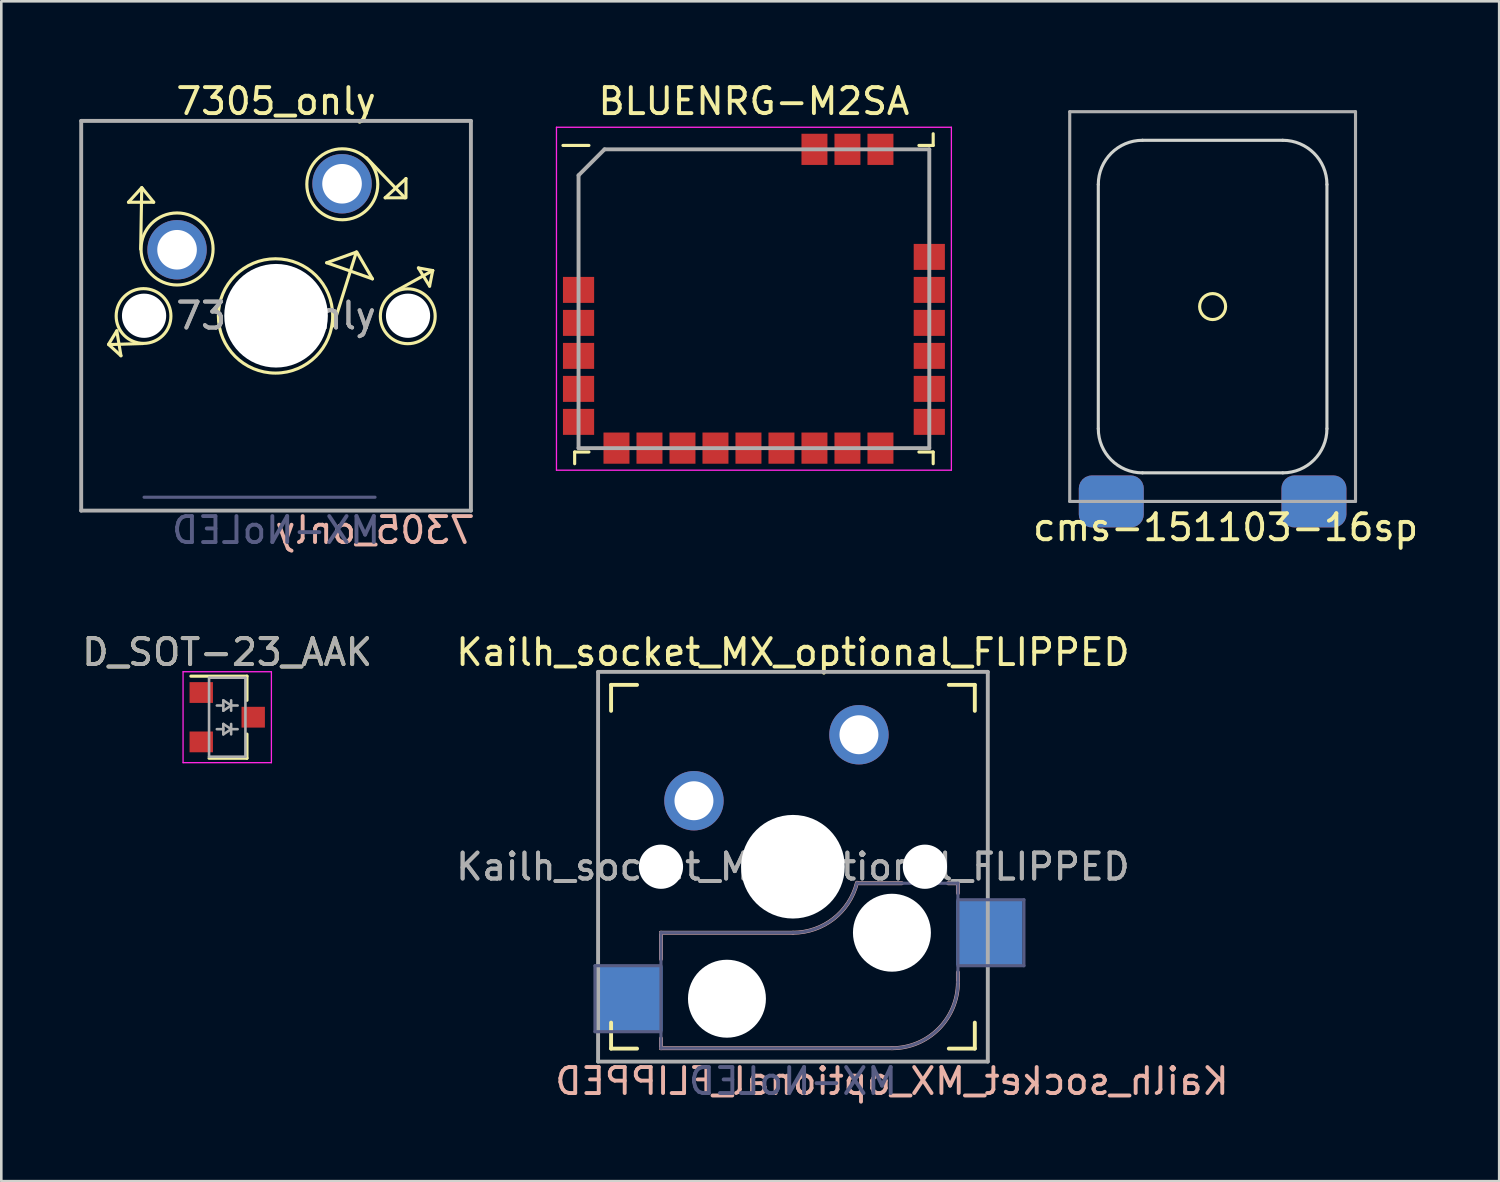
<source format=kicad_pcb>
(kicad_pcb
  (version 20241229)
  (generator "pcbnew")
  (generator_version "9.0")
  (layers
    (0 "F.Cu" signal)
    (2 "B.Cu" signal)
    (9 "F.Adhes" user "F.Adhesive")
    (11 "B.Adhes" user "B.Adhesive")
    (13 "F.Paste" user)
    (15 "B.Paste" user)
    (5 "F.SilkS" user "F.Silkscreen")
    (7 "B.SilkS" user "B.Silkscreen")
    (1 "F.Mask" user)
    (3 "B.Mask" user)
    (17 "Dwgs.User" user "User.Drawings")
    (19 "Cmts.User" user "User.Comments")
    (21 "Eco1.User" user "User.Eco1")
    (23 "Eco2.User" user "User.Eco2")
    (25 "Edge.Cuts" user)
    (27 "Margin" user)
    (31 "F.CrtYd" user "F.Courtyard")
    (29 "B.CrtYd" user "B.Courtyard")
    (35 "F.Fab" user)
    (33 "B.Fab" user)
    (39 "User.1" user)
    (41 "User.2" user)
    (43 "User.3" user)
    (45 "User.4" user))
  (footprint "BLUENRG-M2SA"
    (layer "F.Cu")
    (at 25.968 8.448)
    (property "Reference" "BLUENRG-M2SA" (at 0 -7.6 0) (layer "F.SilkS") (effects (font (size 1 1) (thickness 0.15))))
    (attr smd)
    (fp_line (start -6.9 5.9) (end -6.9 6.35) (stroke (width 0.12) (type solid)) (layer "F.SilkS"))
    (fp_line (start -6.35 -5.9) (end -7.35 -5.9) (stroke (width 0.12) (type solid)) (layer "F.SilkS"))
    (fp_line (start -6.35 5.9) (end -6.9 5.9) (stroke (width 0.12) (type solid)) (layer "F.SilkS"))
    (fp_line (start 6.35 -5.9) (end 6.9 -5.9) (stroke (width 0.12) (type solid)) (layer "F.SilkS"))
    (fp_line (start 6.35 5.9) (end 6.9 5.9) (stroke (width 0.12) (type solid)) (layer "F.SilkS"))
    (fp_line (start 6.9 -5.9) (end 6.9 -6.35) (stroke (width 0.12) (type solid)) (layer "F.SilkS"))
    (fp_line (start 6.9 5.9) (end 6.9 6.35) (stroke (width 0.12) (type solid)) (layer "F.SilkS"))
    (fp_line (start -7.6 -6.6) (end 7.6 -6.6) (stroke (width 0.05) (type solid)) (layer "F.CrtYd"))
    (fp_line (start -7.6 6.6) (end -7.6 -6.6) (stroke (width 0.05) (type solid)) (layer "F.CrtYd"))
    (fp_line (start 7.6 -6.6) (end 7.6 6.6) (stroke (width 0.05) (type solid)) (layer "F.CrtYd"))
    (fp_line (start 7.6 6.6) (end -7.6 6.6) (stroke (width 0.05) (type solid)) (layer "F.CrtYd"))
    (fp_line (start -6.75 -4.75) (end -6.75 5.75) (stroke (width 0.15) (type solid)) (layer "F.Fab"))
    (fp_line (start -6.75 5.75) (end 6.75 5.75) (stroke (width 0.15) (type solid)) (layer "F.Fab"))
    (fp_line (start -5.75 -5.75) (end -6.75 -4.75) (stroke (width 0.15) (type solid)) (layer "F.Fab"))
    (fp_line (start 6.75 -5.75) (end -5.75 -5.75) (stroke (width 0.15) (type solid)) (layer "F.Fab"))
    (fp_line (start 6.75 5.75) (end 6.75 -5.75) (stroke (width 0.15) (type solid)) (layer "F.Fab"))
    (pad "1" smd rect (at -6.75 -0.34 90) (size 1 1.2) (layers "F.Cu" "F.Mask" "F.Paste"))
    (pad "2" smd rect (at -6.75 0.93 90) (size 1 1.2) (layers "F.Cu" "F.Mask" "F.Paste"))
    (pad "3" smd rect (at -6.75 2.2 90) (size 1 1.2) (layers "F.Cu" "F.Mask" "F.Paste"))
    (pad "4" smd rect (at -6.75 3.47 90) (size 1 1.2) (layers "F.Cu" "F.Mask" "F.Paste"))
    (pad "5" smd rect (at -6.75 4.74 90) (size 1 1.2) (layers "F.Cu" "F.Mask" "F.Paste"))
    (pad "6" smd rect (at -5.29 5.75) (size 1 1.2) (layers "F.Cu" "F.Mask" "F.Paste"))
    (pad "7" smd rect (at -4.02 5.75) (size 1 1.2) (layers "F.Cu" "F.Mask" "F.Paste"))
    (pad "8" smd rect (at -2.75 5.75) (size 1 1.2) (layers "F.Cu" "F.Mask" "F.Paste"))
    (pad "9" smd rect (at -1.48 5.75) (size 1 1.2) (layers "F.Cu" "F.Mask" "F.Paste"))
    (pad "10" smd rect (at -0.21 5.75) (size 1 1.2) (layers "F.Cu" "F.Mask" "F.Paste"))
    (pad "11" smd rect (at 1.06 5.75) (size 1 1.2) (layers "F.Cu" "F.Mask" "F.Paste"))
    (pad "12" smd rect (at 2.33 5.75) (size 1 1.2) (layers "F.Cu" "F.Mask" "F.Paste"))
    (pad "13" smd rect (at 3.6 5.75) (size 1 1.2) (layers "F.Cu" "F.Mask" "F.Paste"))
    (pad "14" smd rect (at 4.87 5.75) (size 1 1.2) (layers "F.Cu" "F.Mask" "F.Paste"))
    (pad "15" smd rect (at 6.75 4.74 90) (size 1 1.2) (layers "F.Cu" "F.Mask" "F.Paste"))
    (pad "16" smd rect (at 6.75 3.47 90) (size 1 1.2) (layers "F.Cu" "F.Mask" "F.Paste"))
    (pad "17" smd rect (at 6.75 2.2 90) (size 1 1.2) (layers "F.Cu" "F.Mask" "F.Paste"))
    (pad "18" smd rect (at 6.75 0.93 90) (size 1 1.2) (layers "F.Cu" "F.Mask" "F.Paste"))
    (pad "19" smd rect (at 6.75 -0.34 90) (size 1 1.2) (layers "F.Cu" "F.Mask" "F.Paste"))
    (pad "20" smd rect (at 6.75 -1.61 90) (size 1 1.2) (layers "F.Cu" "F.Mask" "F.Paste"))
    (pad "21" smd rect (at 4.87 -5.75) (size 1 1.2) (layers "F.Cu" "F.Mask" "F.Paste"))
    (pad "22" smd rect (at 3.6 -5.75) (size 1 1.2) (layers "F.Cu" "F.Mask" "F.Paste"))
    (pad "23" smd rect (at 2.33 -5.75) (size 1 1.2) (layers "F.Cu" "F.Mask" "F.Paste")))
  (footprint "Kailh_socket_MX_optional_FLIPPED"
    (layer "F.Cu")
    (at 27.47 30.31)
    (property "Reference" "Kailh_socket_MX_optional_FLIPPED" (at 0 -8.255 0) (layer "F.SilkS") (effects (font (size 1 1) (thickness 0.15))))
    (property "Value" "MX-NoLED" (at 0 8.255 0) (layer "F.Fab") (hide yes) (effects (font (size 1 1) (thickness 0.15))))
    (attr through_hole)
    (fp_line (start -7 -6) (end -7 -7) (stroke (width 0.15) (type solid)) (layer "F.SilkS"))
    (fp_line (start -7 7) (end -7 6) (stroke (width 0.15) (type solid)) (layer "F.SilkS"))
    (fp_line (start -7 7) (end -6 7) (stroke (width 0.15) (type solid)) (layer "F.SilkS"))
    (fp_line (start -6 -7) (end -7 -7) (stroke (width 0.15) (type solid)) (layer "F.SilkS"))
    (fp_line (start 6 7) (end 7 7) (stroke (width 0.15) (type solid)) (layer "F.SilkS"))
    (fp_line (start 7 -7) (end 6 -7) (stroke (width 0.15) (type solid)) (layer "F.SilkS"))
    (fp_line (start 7 -7) (end 7 -6) (stroke (width 0.15) (type solid)) (layer "F.SilkS"))
    (fp_line (start 7 6) (end 7 7) (stroke (width 0.15) (type solid)) (layer "F.SilkS"))
    (fp_line (start -5.08 2.54) (end -5.08 3.556) (stroke (width 0.15) (type solid)) (layer "B.SilkS"))
    (fp_line (start -5.08 6.604) (end -5.08 6.985) (stroke (width 0.15) (type solid)) (layer "B.SilkS"))
    (fp_line (start -5.08 6.985) (end 3.81 6.985) (stroke (width 0.15) (type solid)) (layer "B.SilkS"))
    (fp_line (start 0 2.54) (end -5.08 2.54) (stroke (width 0.15) (type solid)) (layer "B.SilkS"))
    (fp_line (start 4.191 0.635) (end 2.54 0.635) (stroke (width 0.15) (type solid)) (layer "B.SilkS"))
    (fp_line (start 6.35 0.635) (end 5.969 0.635) (stroke (width 0.15) (type solid)) (layer "B.SilkS"))
    (fp_line (start 6.35 1.016) (end 6.35 0.635) (stroke (width 0.15) (type solid)) (layer "B.SilkS"))
    (fp_line (start 6.35 4.445) (end 6.35 4.064) (stroke (width 0.15) (type solid)) (layer "B.SilkS"))
    (fp_arc (start 2.464162 0.61604) (mid 1.563147 2.002042) (end 0 2.54) (stroke (width 0.15) (type solid)) (layer "B.SilkS"))
    (fp_arc (start 6.35 4.445) (mid 5.606051 6.241051) (end 3.81 6.985) (stroke (width 0.15) (type solid)) (layer "B.SilkS"))
    (fp_line (start -6.9 6.9) (end -6.9 -6.9) (stroke (width 0.15) (type solid)) (layer "Eco2.User"))
    (fp_line (start -6.9 6.9) (end 6.9 6.9) (stroke (width 0.15) (type solid)) (layer "Eco2.User"))
    (fp_line (start 6.9 -6.9) (end -6.9 -6.9) (stroke (width 0.15) (type solid)) (layer "Eco2.User"))
    (fp_line (start 6.9 -6.9) (end 6.9 6.9) (stroke (width 0.15) (type solid)) (layer "Eco2.User"))
    (fp_line (start -7.62 3.81) (end -7.62 6.35) (stroke (width 0.12) (type solid)) (layer "B.Fab"))
    (fp_line (start -7.62 6.35) (end -5.08 6.35) (stroke (width 0.12) (type solid)) (layer "B.Fab"))
    (fp_line (start -5.08 2.54) (end -5.08 6.985) (stroke (width 0.12) (type solid)) (layer "B.Fab"))
    (fp_line (start -5.08 3.81) (end -7.62 3.81) (stroke (width 0.12) (type solid)) (layer "B.Fab"))
    (fp_line (start -5.08 6.985) (end 3.81 6.985) (stroke (width 0.12) (type solid)) (layer "B.Fab"))
    (fp_line (start 0 2.54) (end -5.08 2.54) (stroke (width 0.12) (type solid)) (layer "B.Fab"))
    (fp_line (start 6.35 0.635) (end 2.54 0.635) (stroke (width 0.12) (type solid)) (layer "B.Fab"))
    (fp_line (start 6.35 3.81) (end 8.89 3.81) (stroke (width 0.12) (type solid)) (layer "B.Fab"))
    (fp_line (start 6.35 4.445) (end 6.35 0.635) (stroke (width 0.12) (type solid)) (layer "B.Fab"))
    (fp_line (start 8.89 1.27) (end 6.35 1.27) (stroke (width 0.12) (type solid)) (layer "B.Fab"))
    (fp_line (start 8.89 3.81) (end 8.89 1.27) (stroke (width 0.12) (type solid)) (layer "B.Fab"))
    (fp_arc (start 2.464162 0.61604) (mid 1.563147 2.002042) (end 0 2.54) (stroke (width 0.12) (type solid)) (layer "B.Fab"))
    (fp_arc (start 6.35 4.445) (mid 5.606051 6.241051) (end 3.81 6.985) (stroke (width 0.12) (type solid)) (layer "B.Fab"))
    (fp_line (start -7.5 -7.5) (end 7.5 -7.5) (stroke (width 0.15) (type solid)) (layer "F.Fab"))
    (fp_line (start -7.5 7.5) (end -7.5 -7.5) (stroke (width 0.15) (type solid)) (layer "F.Fab"))
    (fp_line (start 7.5 -7.5) (end 7.5 7.5) (stroke (width 0.15) (type solid)) (layer "F.Fab"))
    (fp_line (start 7.5 7.5) (end -7.5 7.5) (stroke (width 0.15) (type solid)) (layer "F.Fab"))
    (fp_text user "${REFERENCE}" (at 3.81 8.255 0) (layer "B.SilkS") (effects (font (size 1 1) (thickness 0.15)) (justify mirror)))
    (fp_text user "${VALUE}" (at 0 8.255 0) (layer "B.Fab") (effects (font (size 1 1) (thickness 0.15)) (justify mirror)))
    (fp_text user "${REFERENCE}" (at 0 0 0) (layer "F.Fab") (effects (font (size 1 1) (thickness 0.15))))
    (fp_text user "${REFERENCE}" (at 0 0 0) (layer "F.Fab") (effects (font (size 1 1) (thickness 0.15))))
    (pad "" np_thru_hole circle (at -5.08 0) (size 1.702 1.702) (drill 1.702) (layers "*.Cu" "*.Mask"))
    (pad "" np_thru_hole circle (at -2.54 5.08) (size 3 3) (drill 3) (layers "*.Cu" "*.Mask"))
    (pad "" np_thru_hole circle (at 0 0) (size 3.988 3.988) (drill 3.988) (layers "*.Cu" "*.Mask"))
    (pad "" np_thru_hole circle (at 3.81 2.54) (size 3 3) (drill 3) (layers "*.Cu" "*.Mask"))
    (pad "" np_thru_hole circle (at 5.08 0) (size 1.702 1.702) (drill 1.702) (layers "*.Cu" "*.Mask"))
    (pad "1" thru_hole circle (at 2.54 -5.08) (size 2.286 2.286) (drill 1.499) (layers "*.Cu" "*.Mask"))
    (pad "1" smd rect (at 7.56 2.54) (size 2.55 2.5) (layers "B.Cu" "B.Mask" "B.Paste"))
    (pad "2" smd rect (at -6.29 5.08) (size 2.55 2.5) (layers "B.Cu" "B.Mask" "B.Paste"))
    (pad "2" thru_hole circle (at -3.81 -2.54) (size 2.286 2.286) (drill 1.499) (layers "*.Cu" "*.Mask")))
  (footprint "cms-151103-16sp"
    (layer "F.Cu")
    (at 44.123 0.25)
    (property "Reference" "cms-151103-16sp" (at 0 17 0) (layer "F.SilkS") (effects (font (size 1 1) (thickness 0.15))))
    (attr through_hole)
    (fp_circle (center -0.5 8.5) (end -0.5 8) (stroke (width 0.12) (type solid)) (fill no) (layer "F.SilkS"))
    (fp_line (start -4.9 13.2) (end -4.9 3.8) (stroke (width 0.12) (type solid)) (layer "Edge.Cuts"))
    (fp_line (start -3.2 2.1) (end 2.2 2.1) (stroke (width 0.12) (type solid)) (layer "Edge.Cuts"))
    (fp_line (start 2.2 14.9) (end -3.2 14.9) (stroke (width 0.12) (type solid)) (layer "Edge.Cuts"))
    (fp_line (start 3.9 3.8) (end 3.9 13.2) (stroke (width 0.12) (type solid)) (layer "Edge.Cuts"))
    (fp_arc (start -4.9 3.8) (mid -4.402082 2.597918) (end -3.2 2.1) (stroke (width 0.12) (type solid)) (layer "Edge.Cuts"))
    (fp_arc (start -3.2 14.9) (mid -4.402082 14.402082) (end -4.9 13.2) (stroke (width 0.12) (type solid)) (layer "Edge.Cuts"))
    (fp_arc (start 2.2 2.1) (mid 3.402082 2.597918) (end 3.9 3.8) (stroke (width 0.12) (type solid)) (layer "Edge.Cuts"))
    (fp_arc (start 3.9 13.2) (mid 3.402082 14.402082) (end 2.2 14.9) (stroke (width 0.12) (type solid)) (layer "Edge.Cuts"))
    (fp_line (start -6 1) (end 5 1) (stroke (width 0.12) (type solid)) (layer "F.Fab"))
    (fp_line (start -6 16) (end -6 1) (stroke (width 0.12) (type solid)) (layer "F.Fab"))
    (fp_line (start 5 1) (end 5 16) (stroke (width 0.12) (type solid)) (layer "F.Fab"))
    (fp_line (start 5 16) (end -6 16) (stroke (width 0.12) (type solid)) (layer "F.Fab"))
    (pad "1" smd roundrect (at -4.4 16) (size 2.5 2) (layers "F.Cu" "F.Mask" "F.Paste") (roundrect_rratio 0.25))
    (pad "1" smd roundrect (at -4.4 16) (size 2.5 2) (layers "B.Cu" "B.Mask" "B.Paste") (roundrect_rratio 0.25))
    (pad "2" smd roundrect (at 3.4 16) (size 2.5 2) (layers "F.Cu" "F.Mask" "F.Paste") (roundrect_rratio 0.25))
    (pad "2" smd roundrect (at 3.4 16) (size 2.5 2) (layers "B.Cu" "B.Mask" "B.Paste") (roundrect_rratio 0.25)))
  (footprint "7305_only"
    (layer "F.Cu")
    (at 7.575 9.103)
    (property "Reference" "7305_only" (at 0 -8.255 0) (layer "F.SilkS") (effects (font (size 1 1) (thickness 0.15))))
    (property "Value" "MX-NoLED" (at 0 8.255 0) (layer "F.Fab") (hide yes) (effects (font (size 1 1) (thickness 0.15))))
    (attr through_hole)
    (fp_line (start -6.44 1.11) (end -5.97 1.54) (stroke (width 0.12) (type solid)) (layer "F.SilkS"))
    (fp_line (start -6.13 0.58) (end -6.44 1.09) (stroke (width 0.12) (type solid)) (layer "F.SilkS"))
    (fp_line (start -5.97 1.54) (end -6.13 0.58) (stroke (width 0.12) (type solid)) (layer "F.SilkS"))
    (fp_line (start -5.68 -4.37) (end -4.71 -4.37) (stroke (width 0.12) (type solid)) (layer "F.SilkS"))
    (fp_line (start -5.21 -2.56) (end -5.17 -4.93) (stroke (width 0.12) (type solid)) (layer "F.SilkS"))
    (fp_line (start -5.17 -4.93) (end -5.68 -4.37) (stroke (width 0.12) (type solid)) (layer "F.SilkS"))
    (fp_line (start -5.13 1.07) (end -6.44 1.11) (stroke (width 0.12) (type solid)) (layer "F.SilkS"))
    (fp_line (start -4.71 -4.37) (end -5.15 -4.91) (stroke (width 0.12) (type solid)) (layer "F.SilkS"))
    (fp_line (start 1.95 -2.04) (end 3.71 -1.42) (stroke (width 0.12) (type solid)) (layer "F.SilkS"))
    (fp_line (start 2.2 0.39) (end 3.09 -2.45) (stroke (width 0.12) (type solid)) (layer "F.SilkS"))
    (fp_line (start 3.09 -2.45) (end 1.95 -2.04) (stroke (width 0.12) (type solid)) (layer "F.SilkS"))
    (fp_line (start 3.48 -6.08) (end 4.96 -4.54) (stroke (width 0.12) (type solid)) (layer "F.SilkS"))
    (fp_line (start 3.71 -1.42) (end 3.11 -2.45) (stroke (width 0.12) (type solid)) (layer "F.SilkS"))
    (fp_line (start 4.2 -4.54) (end 5 -5.28) (stroke (width 0.12) (type solid)) (layer "F.SilkS"))
    (fp_line (start 4.55 -0.92) (end 6.03 -1.74) (stroke (width 0.12) (type solid)) (layer "F.SilkS"))
    (fp_line (start 4.96 -4.54) (end 4.2 -4.54) (stroke (width 0.12) (type solid)) (layer "F.SilkS"))
    (fp_line (start 5 -5.28) (end 5 -4.54) (stroke (width 0.12) (type solid)) (layer "F.SilkS"))
    (fp_line (start 5.48 -1.84) (end 6.03 -1.74) (stroke (width 0.12) (type solid)) (layer "F.SilkS"))
    (fp_line (start 5.91 -1.14) (end 5.48 -1.84) (stroke (width 0.12) (type solid)) (layer "F.SilkS"))
    (fp_line (start 6.03 -1.74) (end 5.91 -1.14) (stroke (width 0.12) (type solid)) (layer "F.SilkS"))
    (fp_circle (center -5.1 0.01) (end -4.36 -0.74) (stroke (width 0.12) (type solid)) (fill no) (layer "F.SilkS"))
    (fp_circle (center -3.81 -2.57) (end -2.73 -3.44) (stroke (width 0.12) (type solid)) (fill no) (layer "F.SilkS"))
    (fp_circle (center -0.02 0.007) (end 2.18 0.007) (stroke (width 0.12) (type solid)) (fill no) (layer "F.SilkS"))
    (fp_circle (center 2.55 -5.06) (end 3.74 -5.73) (stroke (width 0.12) (type solid)) (fill no) (layer "F.SilkS"))
    (fp_circle (center 5.07 0.02) (end 5.77 -0.77) (stroke (width 0.12) (type solid)) (fill no) (layer "F.SilkS"))
    (fp_line (start -6.9 6.9) (end -6.9 -6.9) (stroke (width 0.15) (type solid)) (layer "Eco2.User"))
    (fp_line (start -6.9 6.9) (end 6.9 6.9) (stroke (width 0.15) (type solid)) (layer "Eco2.User"))
    (fp_line (start 6.9 -6.9) (end -6.9 -6.9) (stroke (width 0.15) (type solid)) (layer "Eco2.User"))
    (fp_line (start 6.9 -6.9) (end 6.9 6.9) (stroke (width 0.15) (type solid)) (layer "Eco2.User"))
    (fp_line (start -5.08 6.985) (end 3.81 6.985) (stroke (width 0.12) (type solid)) (layer "B.Fab"))
    (fp_line (start -7.5 -7.5) (end 7.5 -7.5) (stroke (width 0.15) (type solid)) (layer "F.Fab"))
    (fp_line (start -7.5 7.5) (end -7.5 -7.5) (stroke (width 0.15) (type solid)) (layer "F.Fab"))
    (fp_line (start 7.5 -7.5) (end 7.5 7.5) (stroke (width 0.15) (type solid)) (layer "F.Fab"))
    (fp_line (start 7.5 7.5) (end -7.5 7.5) (stroke (width 0.15) (type solid)) (layer "F.Fab"))
    (fp_text user "${REFERENCE}" (at 3.81 8.255 0) (layer "B.SilkS") (effects (font (size 1 1) (thickness 0.15)) (justify mirror)))
    (fp_text user "${VALUE}" (at 0 8.255 0) (layer "B.Fab") (effects (font (size 1 1) (thickness 0.15)) (justify mirror)))
    (fp_text user "${REFERENCE}" (at 0 0 0) (layer "F.Fab") (effects (font (size 1 1) (thickness 0.15))))
    (fp_text user "${REFERENCE}" (at 0 0 0) (layer "F.Fab") (effects (font (size 1 1) (thickness 0.15))))
    (pad "" np_thru_hole circle (at -5.08 0) (size 1.702 1.702) (drill 1.702) (layers "*.Cu" "*.Mask"))
    (pad "" np_thru_hole circle (at 0 0) (size 3.988 3.988) (drill 3.988) (layers "*.Cu" "*.Mask"))
    (pad "" np_thru_hole circle (at 5.08 0) (size 1.702 1.702) (drill 1.702) (layers "*.Cu" "*.Mask"))
    (pad "1" thru_hole circle (at 2.54 -5.08) (size 2.286 2.286) (drill 1.524) (layers "*.Cu" "*.Mask"))
    (pad "2" thru_hole circle (at -3.81 -2.54) (size 2.286 2.286) (drill 1.524) (layers "*.Cu" "*.Mask")))
  (footprint "D_SOT-23_AAK"
    (layer "F.Cu")
    (at 5.696 24.555)
    (property "Reference" "D_SOT-23_AAK" (at 0 -2.5 0) (layer "F.SilkS") (effects (font (size 1 1) (thickness 0.15))))
    (attr smd)
    (fp_line (start 0.76 -1.58) (end -1.4 -1.58) (stroke (width 0.12) (type solid)) (layer "F.SilkS"))
    (fp_line (start 0.76 -1.58) (end 0.76 -0.65) (stroke (width 0.12) (type solid)) (layer "F.SilkS"))
    (fp_line (start 0.76 1.58) (end -0.7 1.58) (stroke (width 0.12) (type solid)) (layer "F.SilkS"))
    (fp_line (start 0.76 1.58) (end 0.76 0.65) (stroke (width 0.12) (type solid)) (layer "F.SilkS"))
    (fp_line (start -1.7 -1.75) (end 1.7 -1.75) (stroke (width 0.05) (type solid)) (layer "F.CrtYd"))
    (fp_line (start -1.7 1.75) (end -1.7 -1.75) (stroke (width 0.05) (type solid)) (layer "F.CrtYd"))
    (fp_line (start 1.7 -1.75) (end 1.7 1.75) (stroke (width 0.05) (type solid)) (layer "F.CrtYd"))
    (fp_line (start 1.7 1.75) (end -1.7 1.75) (stroke (width 0.05) (type solid)) (layer "F.CrtYd"))
    (fp_line (start -0.7 -1.52) (end -0.7 1.52) (stroke (width 0.1) (type solid)) (layer "F.Fab"))
    (fp_line (start -0.7 -1.52) (end 0.7 -1.52) (stroke (width 0.1) (type solid)) (layer "F.Fab"))
    (fp_line (start -0.7 1.52) (end 0.7 1.52) (stroke (width 0.1) (type solid)) (layer "F.Fab"))
    (fp_line (start -0.15 -0.65) (end -0.15 -0.25) (stroke (width 0.1) (type solid)) (layer "F.Fab"))
    (fp_line (start -0.15 -0.45) (end -0.4 -0.45) (stroke (width 0.1) (type solid)) (layer "F.Fab"))
    (fp_line (start -0.15 -0.25) (end 0.15 -0.45) (stroke (width 0.1) (type solid)) (layer "F.Fab"))
    (fp_line (start -0.15 0.26) (end -0.15 0.66) (stroke (width 0.1) (type solid)) (layer "F.Fab"))
    (fp_line (start -0.15 0.46) (end -0.4 0.46) (stroke (width 0.1) (type solid)) (layer "F.Fab"))
    (fp_line (start -0.15 0.66) (end 0.15 0.46) (stroke (width 0.1) (type solid)) (layer "F.Fab"))
    (fp_line (start 0.15 -0.65) (end 0.15 -0.25) (stroke (width 0.1) (type solid)) (layer "F.Fab"))
    (fp_line (start 0.15 -0.45) (end -0.15 -0.65) (stroke (width 0.1) (type solid)) (layer "F.Fab"))
    (fp_line (start 0.15 -0.45) (end 0.4 -0.45) (stroke (width 0.1) (type solid)) (layer "F.Fab"))
    (fp_line (start 0.15 0.26) (end 0.15 0.66) (stroke (width 0.1) (type solid)) (layer "F.Fab"))
    (fp_line (start 0.15 0.46) (end -0.15 0.26) (stroke (width 0.1) (type solid)) (layer "F.Fab"))
    (fp_line (start 0.15 0.46) (end 0.4 0.46) (stroke (width 0.1) (type solid)) (layer "F.Fab"))
    (fp_line (start 0.7 -1.52) (end 0.7 1.52) (stroke (width 0.1) (type solid)) (layer "F.Fab"))
    (fp_text user "${REFERENCE}" (at 0 -2.5 0) (layer "F.Fab") (effects (font (size 1 1) (thickness 0.15))))
    (pad "1" smd rect (at -1 0.95) (size 0.9 0.8) (layers "F.Cu" "F.Mask" "F.Paste"))
    (pad "2" smd rect (at -1 -0.95) (size 0.9 0.8) (layers "F.Cu" "F.Mask" "F.Paste"))
    (pad "3" smd rect (at 1 0) (size 0.9 0.8) (layers "F.Cu" "F.Mask" "F.Paste")))
  (gr_rect
    (start -3 -3)
    (end 54.653 42.413)
    (stroke (width 0.1) (type default))
    (fill no)
    (layer "Edge.Cuts")))
</source>
